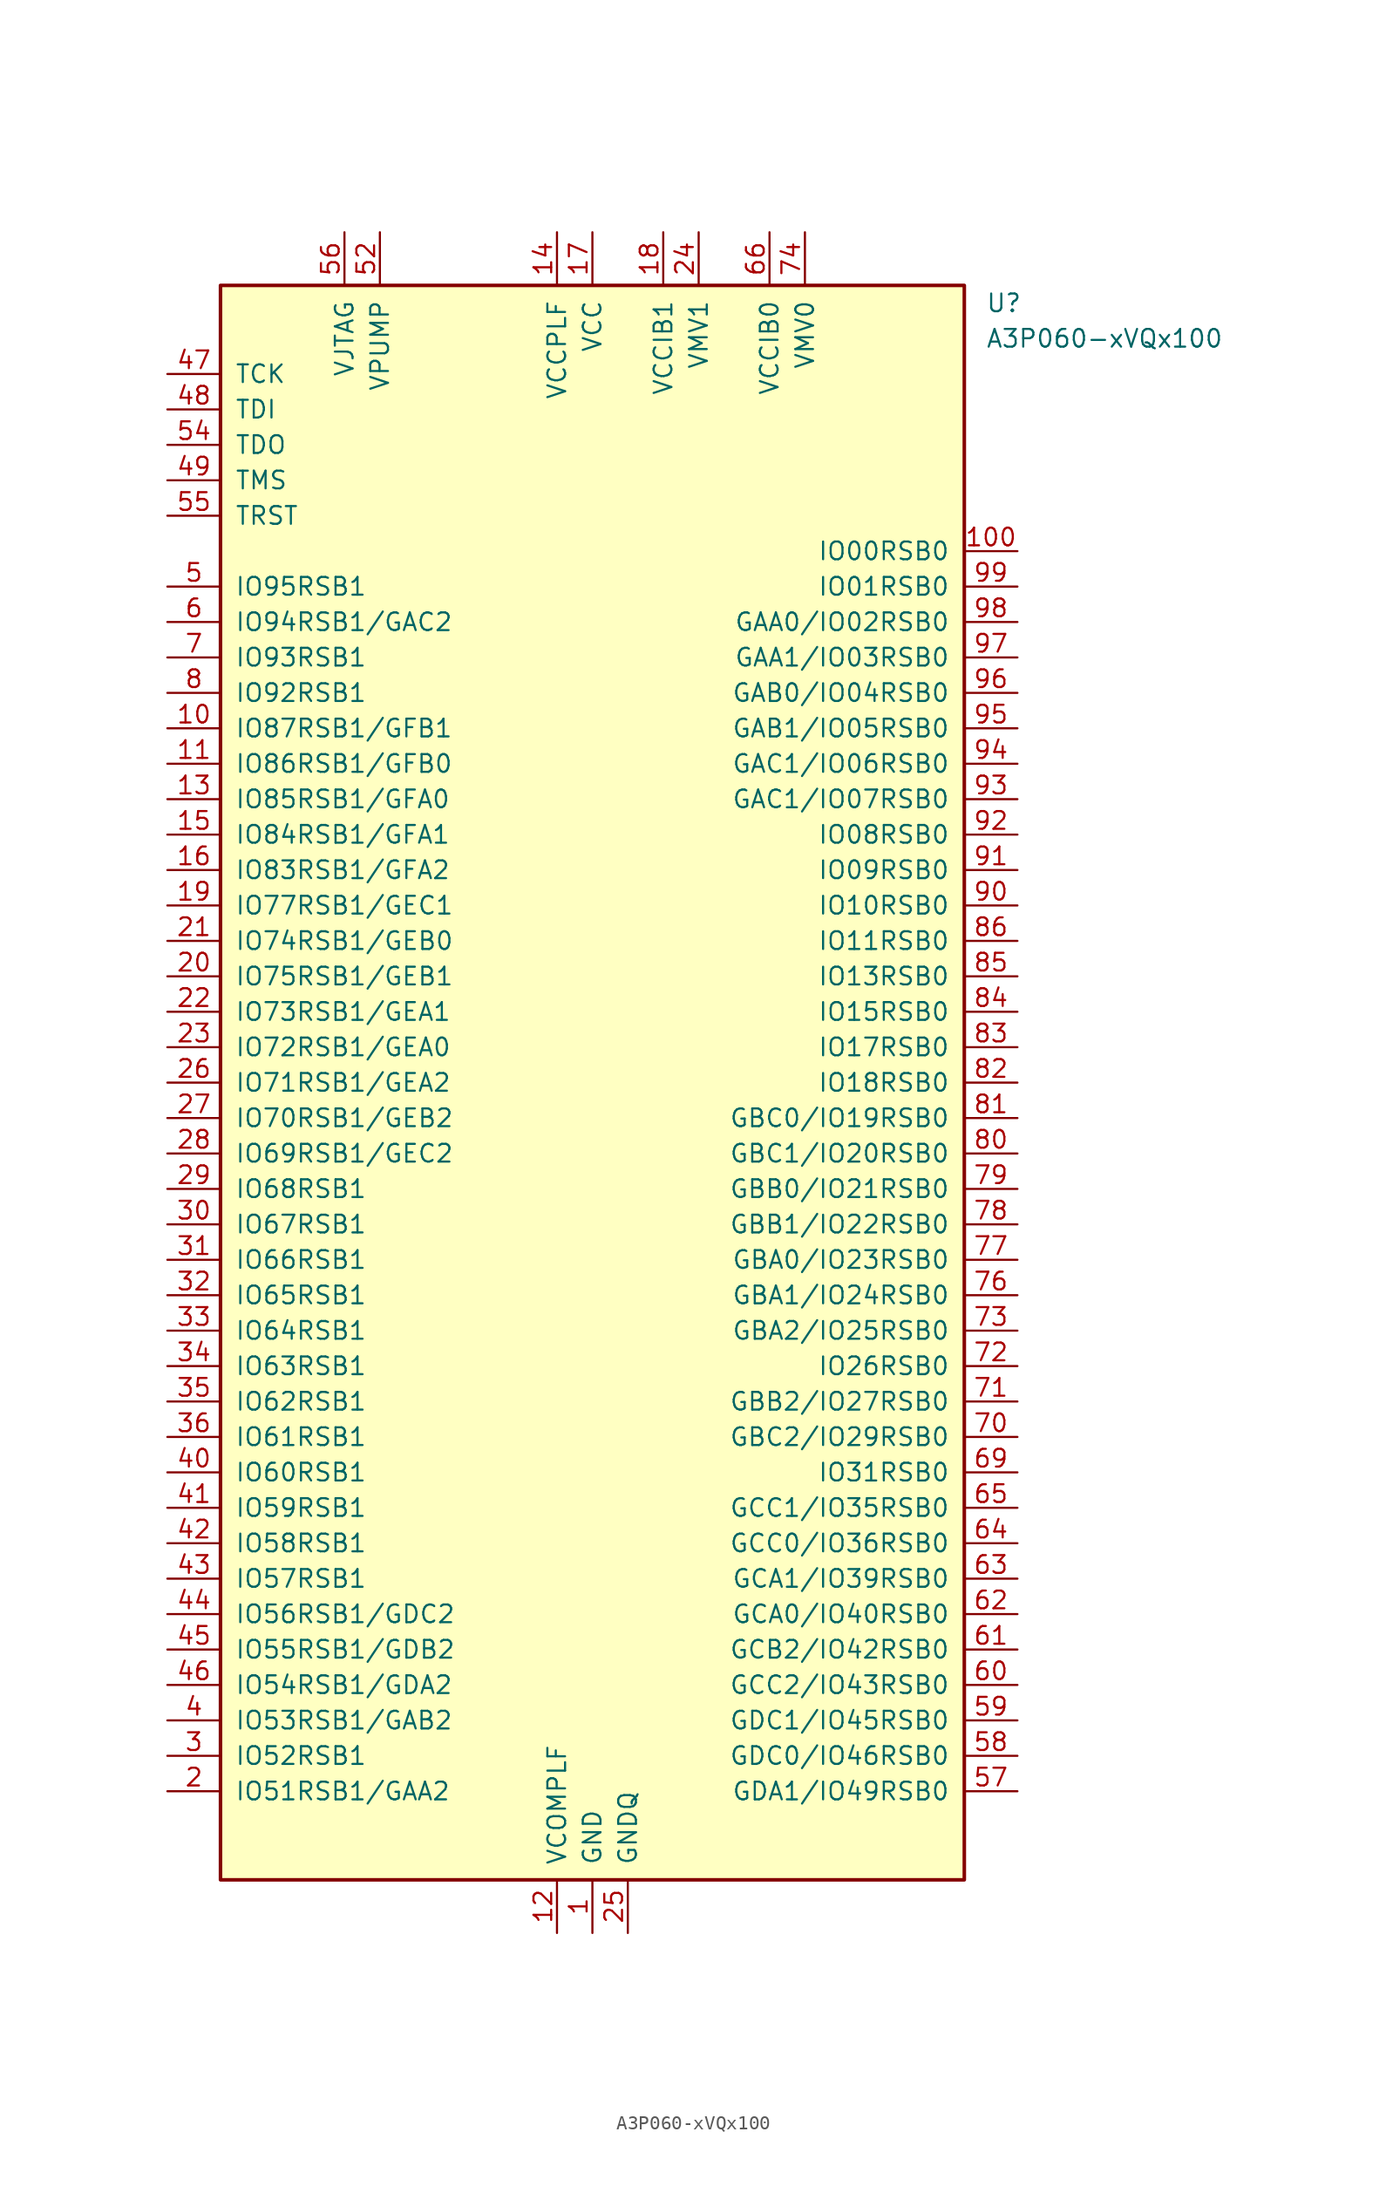
<source format=kicad_sym>
(kicad_symbol_lib
  (version 20241209)
  (generator "kicad_symbol_editor")
  (generator_version "9.0")
  (symbol "A3P060-xVQx100"
    (pin_names
      (offset 1.016))
    (property "Reference" "U"
      (at 28.194 55.88 0)
      (effects (font (size 1.27 1.27)) (justify left)))
    (property "Value" "A3P060-xVQx100"
      (at 28.194 53.34 0)
      (effects (font (size 1.27 1.27)) (justify left)))
    (symbol "A3P060-xVQx100_0_1"
      (rectangle (start -26.67 57.15) (end 26.67 -57.15) (stroke (width 0.254) (type default)) (fill (type background))))
    (symbol "A3P060-xVQx100_1_1"
      (pin input line (at -30.48 50.8 0) (length 3.81) (name "TCK" (effects (font (size 1.27 1.27)))) (number "47" (effects (font (size 1.27 1.27)))))
      (pin input line (at -30.48 48.26 0) (length 3.81) (name "TDI" (effects (font (size 1.27 1.27)))) (number "48" (effects (font (size 1.27 1.27)))))
      (pin output line (at -30.48 45.72 0) (length 3.81) (name "TDO" (effects (font (size 1.27 1.27)))) (number "54" (effects (font (size 1.27 1.27)))))
      (pin input line (at -30.48 43.18 0) (length 3.81) (name "TMS" (effects (font (size 1.27 1.27)))) (number "49" (effects (font (size 1.27 1.27)))))
      (pin input line (at -30.48 40.64 0) (length 3.81) (name "TRST" (effects (font (size 1.27 1.27)))) (number "55" (effects (font (size 1.27 1.27)))))
      (pin bidirectional line (at -30.48 35.56 0) (length 3.81) (name "IO95RSB1" (effects (font (size 1.27 1.27)))) (number "5" (effects (font (size 1.27 1.27)))))
      (pin bidirectional line (at -30.48 33.02 0) (length 3.81) (name "IO94RSB1/GAC2" (effects (font (size 1.27 1.27)))) (number "6" (effects (font (size 1.27 1.27)))))
      (pin bidirectional line (at -30.48 30.48 0) (length 3.81) (name "IO93RSB1" (effects (font (size 1.27 1.27)))) (number "7" (effects (font (size 1.27 1.27)))))
      (pin bidirectional line (at -30.48 27.94 0) (length 3.81) (name "IO92RSB1" (effects (font (size 1.27 1.27)))) (number "8" (effects (font (size 1.27 1.27)))))
      (pin bidirectional line (at -30.48 25.4 0) (length 3.81) (name "IO87RSB1/GFB1" (effects (font (size 1.27 1.27)))) (number "10" (effects (font (size 1.27 1.27)))))
      (pin bidirectional line (at -30.48 22.86 0) (length 3.81) (name "IO86RSB1/GFB0" (effects (font (size 1.27 1.27)))) (number "11" (effects (font (size 1.27 1.27)))))
      (pin bidirectional line (at -30.48 20.32 0) (length 3.81) (name "IO85RSB1/GFA0" (effects (font (size 1.27 1.27)))) (number "13" (effects (font (size 1.27 1.27)))))
      (pin bidirectional line (at -30.48 17.78 0) (length 3.81) (name "IO84RSB1/GFA1" (effects (font (size 1.27 1.27)))) (number "15" (effects (font (size 1.27 1.27)))))
      (pin bidirectional line (at -30.48 15.24 0) (length 3.81) (name "IO83RSB1/GFA2" (effects (font (size 1.27 1.27)))) (number "16" (effects (font (size 1.27 1.27)))))
      (pin bidirectional line (at -30.48 12.7 0) (length 3.81) (name "IO77RSB1/GEC1" (effects (font (size 1.27 1.27)))) (number "19" (effects (font (size 1.27 1.27)))))
      (pin bidirectional line (at -30.48 10.16 0) (length 3.81) (name "IO74RSB1/GEB0" (effects (font (size 1.27 1.27)))) (number "21" (effects (font (size 1.27 1.27)))))
      (pin bidirectional line (at -30.48 7.62 0) (length 3.81) (name "IO75RSB1/GEB1" (effects (font (size 1.27 1.27)))) (number "20" (effects (font (size 1.27 1.27)))))
      (pin bidirectional line (at -30.48 5.08 0) (length 3.81) (name "IO73RSB1/GEA1" (effects (font (size 1.27 1.27)))) (number "22" (effects (font (size 1.27 1.27)))))
      (pin bidirectional line (at -30.48 2.54 0) (length 3.81) (name "IO72RSB1/GEA0" (effects (font (size 1.27 1.27)))) (number "23" (effects (font (size 1.27 1.27)))))
      (pin bidirectional line (at -30.48 0 0) (length 3.81) (name "IO71RSB1/GEA2" (effects (font (size 1.27 1.27)))) (number "26" (effects (font (size 1.27 1.27)))))
      (pin bidirectional line (at -30.48 -2.54 0) (length 3.81) (name "IO70RSB1/GEB2" (effects (font (size 1.27 1.27)))) (number "27" (effects (font (size 1.27 1.27)))))
      (pin bidirectional line (at -30.48 -5.08 0) (length 3.81) (name "IO69RSB1/GEC2" (effects (font (size 1.27 1.27)))) (number "28" (effects (font (size 1.27 1.27)))))
      (pin bidirectional line (at -30.48 -7.62 0) (length 3.81) (name "IO68RSB1" (effects (font (size 1.27 1.27)))) (number "29" (effects (font (size 1.27 1.27)))))
      (pin bidirectional line (at -30.48 -10.16 0) (length 3.81) (name "IO67RSB1" (effects (font (size 1.27 1.27)))) (number "30" (effects (font (size 1.27 1.27)))))
      (pin bidirectional line (at -30.48 -12.7 0) (length 3.81) (name "IO66RSB1" (effects (font (size 1.27 1.27)))) (number "31" (effects (font (size 1.27 1.27)))))
      (pin bidirectional line (at -30.48 -15.24 0) (length 3.81) (name "IO65RSB1" (effects (font (size 1.27 1.27)))) (number "32" (effects (font (size 1.27 1.27)))))
      (pin bidirectional line (at -30.48 -17.78 0) (length 3.81) (name "IO64RSB1" (effects (font (size 1.27 1.27)))) (number "33" (effects (font (size 1.27 1.27)))))
      (pin bidirectional line (at -30.48 -20.32 0) (length 3.81) (name "IO63RSB1" (effects (font (size 1.27 1.27)))) (number "34" (effects (font (size 1.27 1.27)))))
      (pin bidirectional line (at -30.48 -22.86 0) (length 3.81) (name "IO62RSB1" (effects (font (size 1.27 1.27)))) (number "35" (effects (font (size 1.27 1.27)))))
      (pin bidirectional line (at -30.48 -25.4 0) (length 3.81) (name "IO61RSB1" (effects (font (size 1.27 1.27)))) (number "36" (effects (font (size 1.27 1.27)))))
      (pin bidirectional line (at -30.48 -27.94 0) (length 3.81) (name "IO60RSB1" (effects (font (size 1.27 1.27)))) (number "40" (effects (font (size 1.27 1.27)))))
      (pin bidirectional line (at -30.48 -30.48 0) (length 3.81) (name "IO59RSB1" (effects (font (size 1.27 1.27)))) (number "41" (effects (font (size 1.27 1.27)))))
      (pin bidirectional line (at -30.48 -33.02 0) (length 3.81) (name "IO58RSB1" (effects (font (size 1.27 1.27)))) (number "42" (effects (font (size 1.27 1.27)))))
      (pin bidirectional line (at -30.48 -35.56 0) (length 3.81) (name "IO57RSB1" (effects (font (size 1.27 1.27)))) (number "43" (effects (font (size 1.27 1.27)))))
      (pin bidirectional line (at -30.48 -38.1 0) (length 3.81) (name "IO56RSB1/GDC2" (effects (font (size 1.27 1.27)))) (number "44" (effects (font (size 1.27 1.27)))))
      (pin bidirectional line (at -30.48 -40.64 0) (length 3.81) (name "IO55RSB1/GDB2" (effects (font (size 1.27 1.27)))) (number "45" (effects (font (size 1.27 1.27)))))
      (pin bidirectional line (at -30.48 -43.18 0) (length 3.81) (name "IO54RSB1/GDA2" (effects (font (size 1.27 1.27)))) (number "46" (effects (font (size 1.27 1.27)))))
      (pin bidirectional line (at -30.48 -45.72 0) (length 3.81) (name "IO53RSB1/GAB2" (effects (font (size 1.27 1.27)))) (number "4" (effects (font (size 1.27 1.27)))))
      (pin bidirectional line (at -30.48 -48.26 0) (length 3.81) (name "IO52RSB1" (effects (font (size 1.27 1.27)))) (number "3" (effects (font (size 1.27 1.27)))))
      (pin bidirectional line (at -30.48 -50.8 0) (length 3.81) (name "IO51RSB1/GAA2" (effects (font (size 1.27 1.27)))) (number "2" (effects (font (size 1.27 1.27)))))
      (pin power_in line (at -17.78 60.96 270) (length 3.81) (name "VJTAG" (effects (font (size 1.27 1.27)))) (number "56" (effects (font (size 1.27 1.27)))))
      (pin power_in line (at -15.24 60.96 270) (length 3.81) (name "VPUMP" (effects (font (size 1.27 1.27)))) (number "52" (effects (font (size 1.27 1.27)))))
      (pin power_in line (at -2.54 60.96 270) (length 3.81) (name "VCCPLF" (effects (font (size 1.27 1.27)))) (number "14" (effects (font (size 1.27 1.27)))))
      (pin power_in line (at -2.54 -60.96 90) (length 3.81) (name "VCOMPLF" (effects (font (size 1.27 1.27)))) (number "12" (effects (font (size 1.27 1.27)))))
      (pin power_in line (at 0 60.96 270) (length 3.81) (name "VCC" (effects (font (size 1.27 1.27)))) (number "17" (effects (font (size 1.27 1.27)))))
      (pin passive line (at 0 60.96 270) (length 3.81) (hide yes) (name "VCC" (effects (font (size 1.27 1.27)))) (number "37" (effects (font (size 1.27 1.27)))))
      (pin passive line (at 0 60.96 270) (length 3.81) (hide yes) (name "VCC" (effects (font (size 1.27 1.27)))) (number "68" (effects (font (size 1.27 1.27)))))
      (pin passive line (at 0 60.96 270) (length 3.81) (hide yes) (name "VCC" (effects (font (size 1.27 1.27)))) (number "89" (effects (font (size 1.27 1.27)))))
      (pin power_in line (at 0 -60.96 90) (length 3.81) (name "GND" (effects (font (size 1.27 1.27)))) (number "1" (effects (font (size 1.27 1.27)))))
      (pin passive line (at 0 -60.96 90) (length 3.81) (hide yes) (name "GND" (effects (font (size 1.27 1.27)))) (number "38" (effects (font (size 1.27 1.27)))))
      (pin passive line (at 0 -60.96 90) (length 3.81) (hide yes) (name "GND" (effects (font (size 1.27 1.27)))) (number "51" (effects (font (size 1.27 1.27)))))
      (pin passive line (at 0 -60.96 90) (length 3.81) (hide yes) (name "GND" (effects (font (size 1.27 1.27)))) (number "67" (effects (font (size 1.27 1.27)))))
      (pin passive line (at 0 -60.96 90) (length 3.81) (hide yes) (name "GND" (effects (font (size 1.27 1.27)))) (number "88" (effects (font (size 1.27 1.27)))))
      (pin passive line (at 0 -60.96 90) (length 3.81) (hide yes) (name "GND" (effects (font (size 1.27 1.27)))) (number "9" (effects (font (size 1.27 1.27)))))
      (pin power_in line (at 2.54 -60.96 90) (length 3.81) (name "GNDQ" (effects (font (size 1.27 1.27)))) (number "25" (effects (font (size 1.27 1.27)))))
      (pin passive line (at 2.54 -60.96 90) (length 3.81) (hide yes) (name "GNDQ" (effects (font (size 1.27 1.27)))) (number "75" (effects (font (size 1.27 1.27)))))
      (pin power_in line (at 5.08 60.96 270) (length 3.81) (name "VCCIB1" (effects (font (size 1.27 1.27)))) (number "18" (effects (font (size 1.27 1.27)))))
      (pin passive line (at 5.08 60.96 270) (length 3.81) (hide yes) (name "VCCIB1" (effects (font (size 1.27 1.27)))) (number "39" (effects (font (size 1.27 1.27)))))
      (pin power_in line (at 7.62 60.96 270) (length 3.81) (name "VMV1" (effects (font (size 1.27 1.27)))) (number "24" (effects (font (size 1.27 1.27)))))
      (pin passive line (at 7.62 60.96 270) (length 3.81) (hide yes) (name "VMV1" (effects (font (size 1.27 1.27)))) (number "50" (effects (font (size 1.27 1.27)))))
      (pin power_in line (at 12.7 60.96 270) (length 3.81) (name "VCCIB0" (effects (font (size 1.27 1.27)))) (number "66" (effects (font (size 1.27 1.27)))))
      (pin passive line (at 12.7 60.96 270) (length 3.81) (hide yes) (name "VCCIB0" (effects (font (size 1.27 1.27)))) (number "87" (effects (font (size 1.27 1.27)))))
      (pin power_in line (at 15.24 60.96 270) (length 3.81) (name "VMV0" (effects (font (size 1.27 1.27)))) (number "74" (effects (font (size 1.27 1.27)))))
      (pin no_connect line (at 26.67 45.72 180) (length 3.81) (hide yes) (name "NC" (effects (font (size 1.27 1.27)))) (number "53" (effects (font (size 1.27 1.27)))))
      (pin bidirectional line (at 30.48 38.1 180) (length 3.81) (name "IO00RSB0" (effects (font (size 1.27 1.27)))) (number "100" (effects (font (size 1.27 1.27)))))
      (pin bidirectional line (at 30.48 35.56 180) (length 3.81) (name "IO01RSB0" (effects (font (size 1.27 1.27)))) (number "99" (effects (font (size 1.27 1.27)))))
      (pin bidirectional line (at 30.48 33.02 180) (length 3.81) (name "GAA0/IO02RSB0" (effects (font (size 1.27 1.27)))) (number "98" (effects (font (size 1.27 1.27)))))
      (pin bidirectional line (at 30.48 30.48 180) (length 3.81) (name "GAA1/IO03RSB0" (effects (font (size 1.27 1.27)))) (number "97" (effects (font (size 1.27 1.27)))))
      (pin bidirectional line (at 30.48 27.94 180) (length 3.81) (name "GAB0/IO04RSB0" (effects (font (size 1.27 1.27)))) (number "96" (effects (font (size 1.27 1.27)))))
      (pin bidirectional line (at 30.48 25.4 180) (length 3.81) (name "GAB1/IO05RSB0" (effects (font (size 1.27 1.27)))) (number "95" (effects (font (size 1.27 1.27)))))
      (pin bidirectional line (at 30.48 22.86 180) (length 3.81) (name "GAC1/IO06RSB0" (effects (font (size 1.27 1.27)))) (number "94" (effects (font (size 1.27 1.27)))))
      (pin bidirectional line (at 30.48 20.32 180) (length 3.81) (name "GAC1/IO07RSB0" (effects (font (size 1.27 1.27)))) (number "93" (effects (font (size 1.27 1.27)))))
      (pin bidirectional line (at 30.48 17.78 180) (length 3.81) (name "IO08RSB0" (effects (font (size 1.27 1.27)))) (number "92" (effects (font (size 1.27 1.27)))))
      (pin bidirectional line (at 30.48 15.24 180) (length 3.81) (name "IO09RSB0" (effects (font (size 1.27 1.27)))) (number "91" (effects (font (size 1.27 1.27)))))
      (pin bidirectional line (at 30.48 12.7 180) (length 3.81) (name "IO10RSB0" (effects (font (size 1.27 1.27)))) (number "90" (effects (font (size 1.27 1.27)))))
      (pin bidirectional line (at 30.48 10.16 180) (length 3.81) (name "IO11RSB0" (effects (font (size 1.27 1.27)))) (number "86" (effects (font (size 1.27 1.27)))))
      (pin bidirectional line (at 30.48 7.62 180) (length 3.81) (name "IO13RSB0" (effects (font (size 1.27 1.27)))) (number "85" (effects (font (size 1.27 1.27)))))
      (pin bidirectional line (at 30.48 5.08 180) (length 3.81) (name "IO15RSB0" (effects (font (size 1.27 1.27)))) (number "84" (effects (font (size 1.27 1.27)))))
      (pin bidirectional line (at 30.48 2.54 180) (length 3.81) (name "IO17RSB0" (effects (font (size 1.27 1.27)))) (number "83" (effects (font (size 1.27 1.27)))))
      (pin bidirectional line (at 30.48 0 180) (length 3.81) (name "IO18RSB0" (effects (font (size 1.27 1.27)))) (number "82" (effects (font (size 1.27 1.27)))))
      (pin bidirectional line (at 30.48 -2.54 180) (length 3.81) (name "GBC0/IO19RSB0" (effects (font (size 1.27 1.27)))) (number "81" (effects (font (size 1.27 1.27)))))
      (pin bidirectional line (at 30.48 -5.08 180) (length 3.81) (name "GBC1/IO20RSB0" (effects (font (size 1.27 1.27)))) (number "80" (effects (font (size 1.27 1.27)))))
      (pin bidirectional line (at 30.48 -7.62 180) (length 3.81) (name "GBB0/IO21RSB0" (effects (font (size 1.27 1.27)))) (number "79" (effects (font (size 1.27 1.27)))))
      (pin bidirectional line (at 30.48 -10.16 180) (length 3.81) (name "GBB1/IO22RSB0" (effects (font (size 1.27 1.27)))) (number "78" (effects (font (size 1.27 1.27)))))
      (pin bidirectional line (at 30.48 -12.7 180) (length 3.81) (name "GBA0/IO23RSB0" (effects (font (size 1.27 1.27)))) (number "77" (effects (font (size 1.27 1.27)))))
      (pin bidirectional line (at 30.48 -15.24 180) (length 3.81) (name "GBA1/IO24RSB0" (effects (font (size 1.27 1.27)))) (number "76" (effects (font (size 1.27 1.27)))))
      (pin bidirectional line (at 30.48 -17.78 180) (length 3.81) (name "GBA2/IO25RSB0" (effects (font (size 1.27 1.27)))) (number "73" (effects (font (size 1.27 1.27)))))
      (pin bidirectional line (at 30.48 -20.32 180) (length 3.81) (name "IO26RSB0" (effects (font (size 1.27 1.27)))) (number "72" (effects (font (size 1.27 1.27)))))
      (pin bidirectional line (at 30.48 -22.86 180) (length 3.81) (name "GBB2/IO27RSB0" (effects (font (size 1.27 1.27)))) (number "71" (effects (font (size 1.27 1.27)))))
      (pin bidirectional line (at 30.48 -25.4 180) (length 3.81) (name "GBC2/IO29RSB0" (effects (font (size 1.27 1.27)))) (number "70" (effects (font (size 1.27 1.27)))))
      (pin bidirectional line (at 30.48 -27.94 180) (length 3.81) (name "IO31RSB0" (effects (font (size 1.27 1.27)))) (number "69" (effects (font (size 1.27 1.27)))))
      (pin bidirectional line (at 30.48 -30.48 180) (length 3.81) (name "GCC1/IO35RSB0" (effects (font (size 1.27 1.27)))) (number "65" (effects (font (size 1.27 1.27)))))
      (pin bidirectional line (at 30.48 -33.02 180) (length 3.81) (name "GCC0/IO36RSB0" (effects (font (size 1.27 1.27)))) (number "64" (effects (font (size 1.27 1.27)))))
      (pin bidirectional line (at 30.48 -35.56 180) (length 3.81) (name "GCA1/IO39RSB0" (effects (font (size 1.27 1.27)))) (number "63" (effects (font (size 1.27 1.27)))))
      (pin bidirectional line (at 30.48 -38.1 180) (length 3.81) (name "GCA0/IO40RSB0" (effects (font (size 1.27 1.27)))) (number "62" (effects (font (size 1.27 1.27)))))
      (pin bidirectional line (at 30.48 -40.64 180) (length 3.81) (name "GCB2/IO42RSB0" (effects (font (size 1.27 1.27)))) (number "61" (effects (font (size 1.27 1.27)))))
      (pin bidirectional line (at 30.48 -43.18 180) (length 3.81) (name "GCC2/IO43RSB0" (effects (font (size 1.27 1.27)))) (number "60" (effects (font (size 1.27 1.27)))))
      (pin bidirectional line (at 30.48 -45.72 180) (length 3.81) (name "GDC1/IO45RSB0" (effects (font (size 1.27 1.27)))) (number "59" (effects (font (size 1.27 1.27)))))
      (pin bidirectional line (at 30.48 -48.26 180) (length 3.81) (name "GDC0/IO46RSB0" (effects (font (size 1.27 1.27)))) (number "58" (effects (font (size 1.27 1.27)))))
      (pin bidirectional line (at 30.48 -50.8 180) (length 3.81) (name "GDA1/IO49RSB0" (effects (font (size 1.27 1.27)))) (number "57" (effects (font (size 1.27 1.27))))))))
</source>
